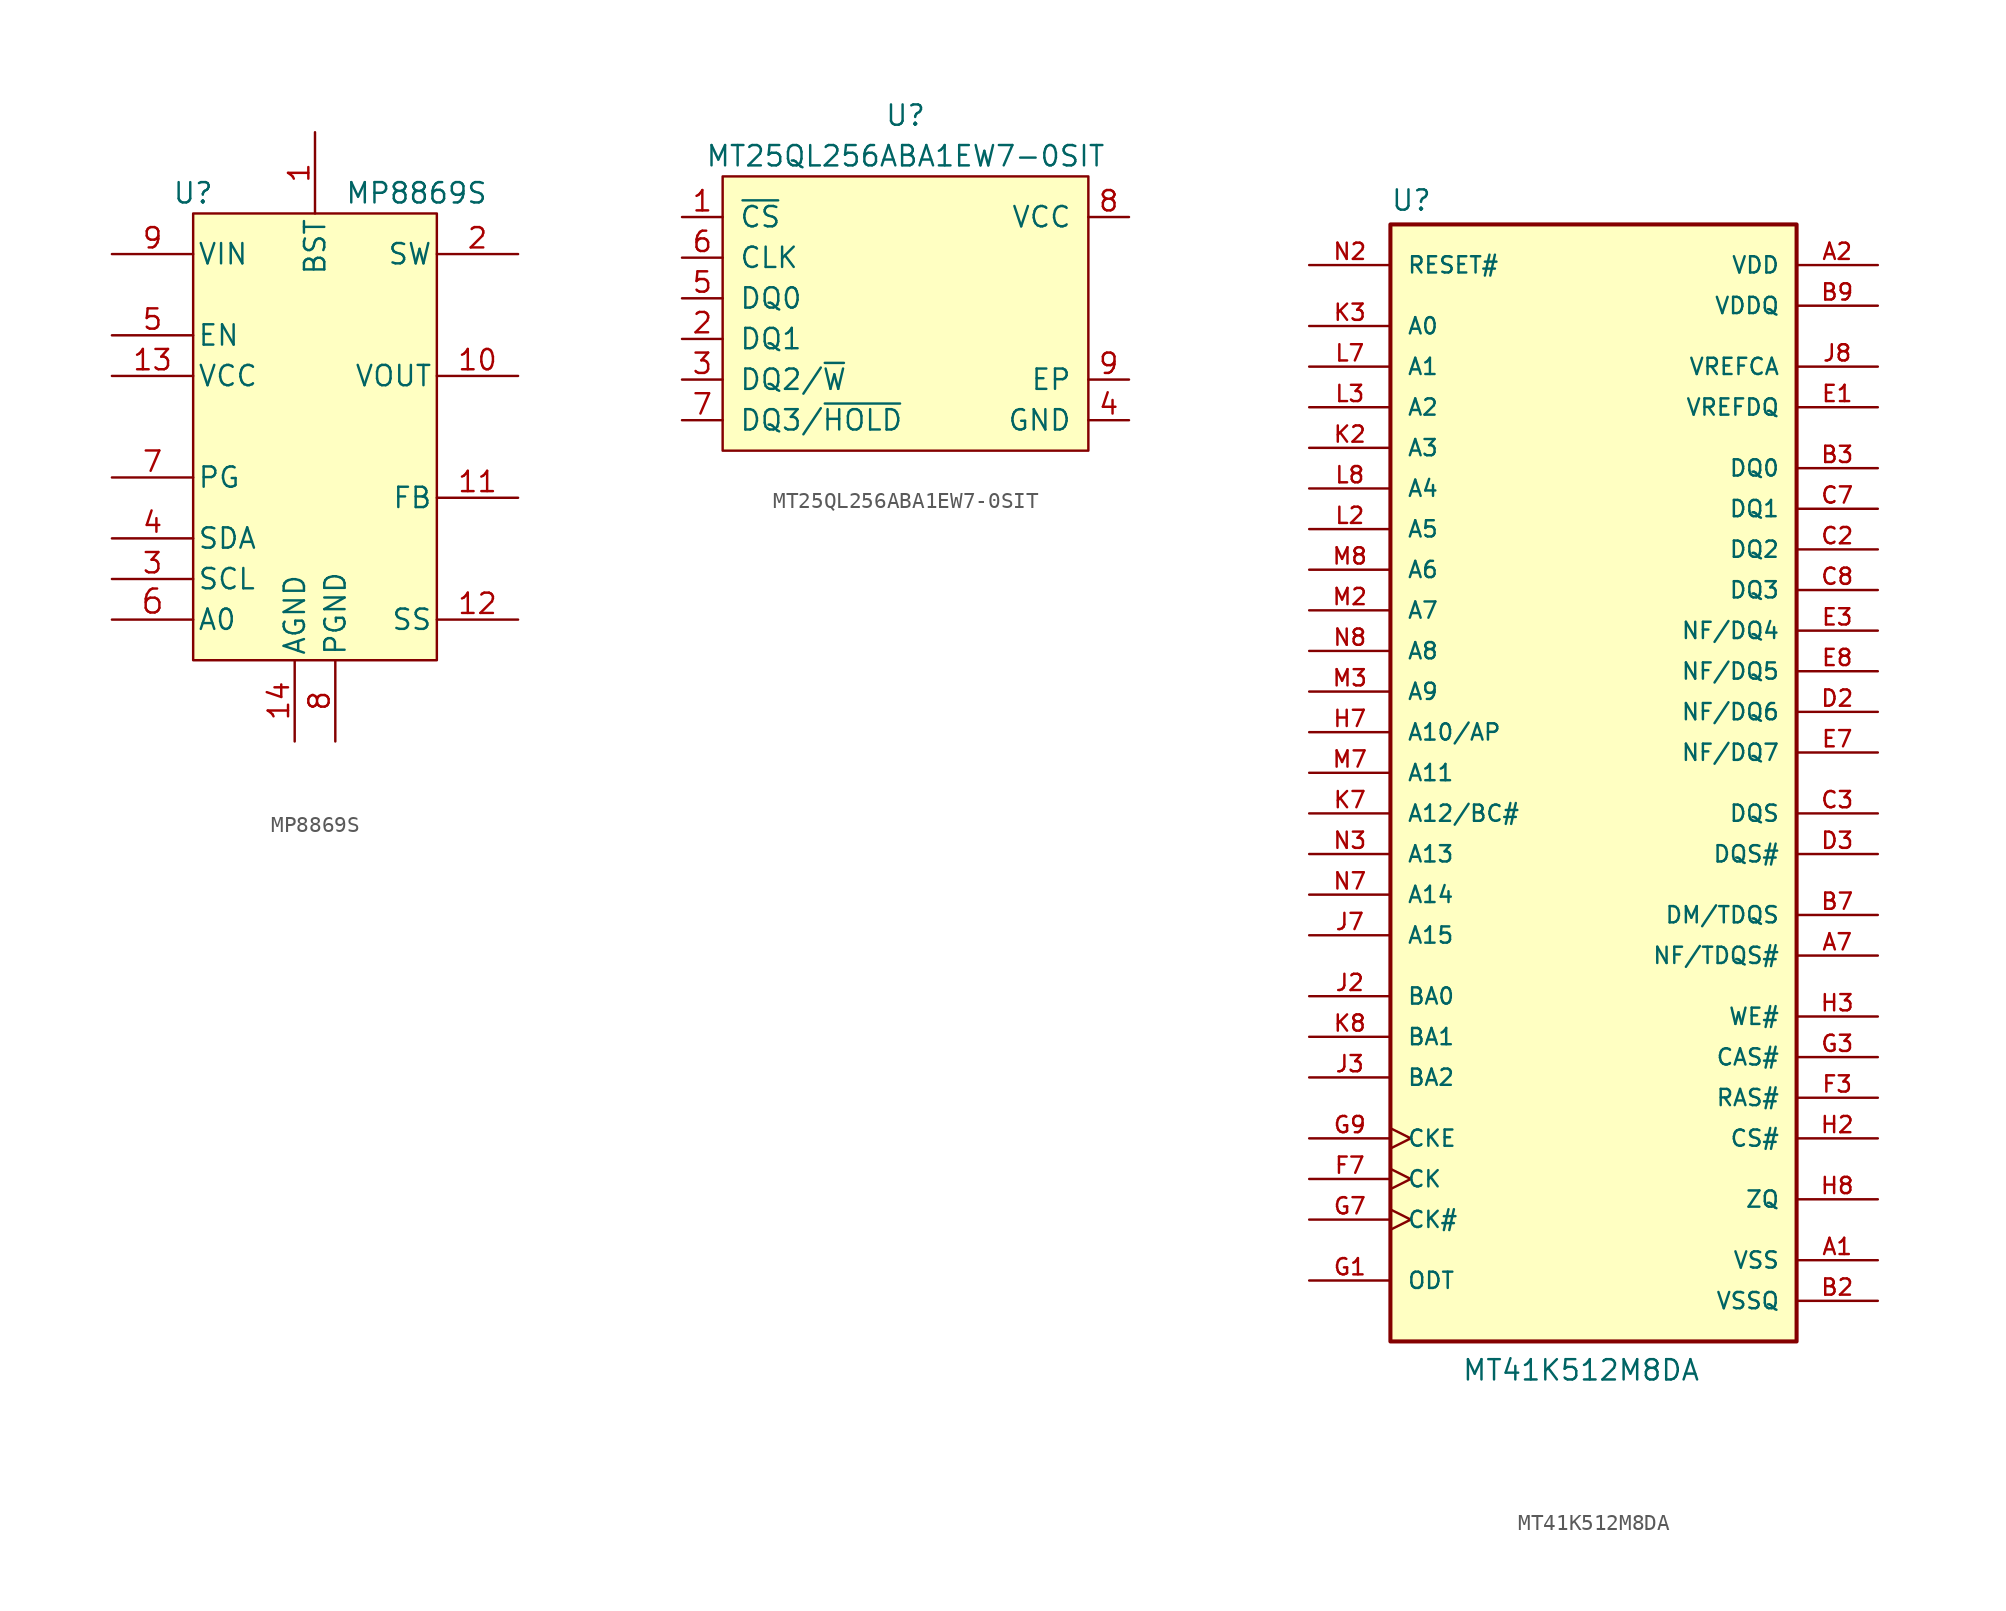
<source format=kicad_sym>
(kicad_symbol_lib
  (version 20211014)
  (generator kicad_symbol_editor)
  (symbol "MP8869S"
    (pin_names
      (offset 0.254))
    (property "Reference" "U"
      (at 7.62 7.62 0)
      (effects (font (size 1.27 1.27))))
    (property "Value" "MP8869S"
      (at 21.59 7.62 0)
      (effects (font (size 1.27 1.27))))
    (symbol "MP8869S_1_1"
      (rectangle (start 7.62 6.35) (end 22.86 -21.59) (stroke (width 0) (type default) (color 0 0 0 0)) (fill (type background)))
      (pin power_in line (at 15.24 11.43 270) (length 5.08) (name "BST" (effects (font (size 1.27 1.27)))) (number "1" (effects (font (size 1.27 1.27)))))
      (pin unspecified line (at 27.94 -3.81 180) (length 5.08) (name "VOUT" (effects (font (size 1.27 1.27)))) (number "10" (effects (font (size 1.27 1.27)))))
      (pin unspecified line (at 27.94 -11.43 180) (length 5.08) (name "FB" (effects (font (size 1.27 1.27)))) (number "11" (effects (font (size 1.27 1.27)))))
      (pin unspecified line (at 27.94 -19.05 180) (length 5.08) (name "SS" (effects (font (size 1.27 1.27)))) (number "12" (effects (font (size 1.27 1.27)))))
      (pin power_in line (at 2.54 -3.81 0) (length 5.08) (name "VCC" (effects (font (size 1.27 1.27)))) (number "13" (effects (font (size 1.27 1.27)))))
      (pin power_in line (at 13.97 -26.67 90) (length 5.08) (name "AGND" (effects (font (size 1.27 1.27)))) (number "14" (effects (font (size 1.27 1.27)))))
      (pin output line (at 27.94 3.81 180) (length 5.08) (name "SW" (effects (font (size 1.27 1.27)))) (number "2" (effects (font (size 1.27 1.27)))))
      (pin unspecified line (at 2.54 -16.51 0) (length 5.08) (name "SCL" (effects (font (size 1.27 1.27)))) (number "3" (effects (font (size 1.27 1.27)))))
      (pin unspecified line (at 2.54 -13.97 0) (length 5.08) (name "SDA" (effects (font (size 1.27 1.27)))) (number "4" (effects (font (size 1.27 1.27)))))
      (pin unspecified line (at 2.54 -1.27 0) (length 5.08) (name "EN" (effects (font (size 1.27 1.27)))) (number "5" (effects (font (size 1.27 1.27)))))
      (pin unspecified line (at 2.54 -19.05 0) (length 5.08) (name "A0" (effects (font (size 1.27 1.27)))) (number "6" (effects (font (size 1.499 1.499)))))
      (pin unspecified line (at 2.54 -10.16 0) (length 5.08) (name "PG" (effects (font (size 1.27 1.27)))) (number "7" (effects (font (size 1.27 1.27)))))
      (pin power_in line (at 16.51 -26.67 90) (length 5.08) (name "PGND" (effects (font (size 1.27 1.27)))) (number "8" (effects (font (size 1.27 1.27)))))
      (pin power_in line (at 2.54 3.81 0) (length 5.08) (name "VIN" (effects (font (size 1.27 1.27)))) (number "9" (effects (font (size 1.27 1.27)))))))
  (symbol "MT25QL256ABA1EW7-0SIT"
    (pin_names
      (offset 1.016))
    (property "Reference" "U"
      (at 0 11.43 0)
      (effects (font (size 1.27 1.27))))
    (property "Value" "MT25QL256ABA1EW7-0SIT"
      (at 0 8.89 0)
      (effects (font (size 1.27 1.27))))
    (symbol "MT25QL256ABA1EW7-0SIT_1_1"
      (rectangle (start -11.43 7.62) (end 11.43 -9.525) (stroke (width 0) (type default) (color 0 0 0 0)) (fill (type background)))
      (pin passive line (at -13.97 5.08 0) (length 2.54) (name "~{CS}" (effects (font (size 1.27 1.27)))) (number "1" (effects (font (size 1.27 1.27)))))
      (pin passive line (at -13.97 -2.54 0) (length 2.54) (name "DQ1" (effects (font (size 1.27 1.27)))) (number "2" (effects (font (size 1.27 1.27)))))
      (pin passive line (at -13.97 -5.08 0) (length 2.54) (name "DQ2/~{W}" (effects (font (size 1.27 1.27)))) (number "3" (effects (font (size 1.27 1.27)))))
      (pin passive line (at 13.97 -7.62 180) (length 2.54) (name "GND" (effects (font (size 1.27 1.27)))) (number "4" (effects (font (size 1.27 1.27)))))
      (pin passive line (at -13.97 0 0) (length 2.54) (name "DQ0" (effects (font (size 1.27 1.27)))) (number "5" (effects (font (size 1.27 1.27)))))
      (pin passive line (at -13.97 2.54 0) (length 2.54) (name "CLK" (effects (font (size 1.27 1.27)))) (number "6" (effects (font (size 1.27 1.27)))))
      (pin passive line (at -13.97 -7.62 0) (length 2.54) (name "DQ3/~{HOLD}" (effects (font (size 1.27 1.27)))) (number "7" (effects (font (size 1.27 1.27)))))
      (pin passive line (at 13.97 5.08 180) (length 2.54) (name "VCC" (effects (font (size 1.27 1.27)))) (number "8" (effects (font (size 1.27 1.27)))))
      (pin passive line (at 13.97 -5.08 180) (length 2.54) (name "EP" (effects (font (size 1.27 1.27)))) (number "9" (effects (font (size 1.27 1.27)))))))
  (symbol "MT41K512M8DA"
    (pin_names
      (offset 1.016))
    (property "Reference" "U"
      (at -12.065 37.592 0)
      (effects (font (size 1.27 1.27)) (justify left bottom)))
    (property "Value" "MT41K512M8DA"
      (at -7.62 -35.56 0)
      (effects (font (size 1.27 1.27)) (justify left bottom)))
    (symbol "MT41K512M8DA_0_0"
      (rectangle (start -12.065 36.83) (end 13.335 -33.02) (stroke (width 0.254) (type default) (color 0 0 0 0)) (fill (type background)))
      (pin passive line (at 18.415 -27.94 180) (length 5.08) (name "VSS" (effects (font (size 1.016 1.016)))) (number "A1" (effects (font (size 1.016 1.016)))))
      (pin power_in line (at 18.415 34.29 180) (length 5.08) (name "VDD" (effects (font (size 1.016 1.016)))) (number "A2" (effects (font (size 1.016 1.016)))))
      (pin no_connect line (at -5.08 -33.02 90) (length 5.08) hide (name "NC" (effects (font (size 1.016 1.016)))) (number "A3" (effects (font (size 1.016 1.016)))))
      (pin output line (at 18.415 -8.89 180) (length 5.08) (name "NF/TDQS#" (effects (font (size 1.016 1.016)))) (number "A7" (effects (font (size 1.016 1.016)))))
      (pin passive line (at 18.415 -27.94 180) (length 5.08) hide (name "VSS" (effects (font (size 1.016 1.016)))) (number "A8" (effects (font (size 1.016 1.016)))))
      (pin passive line (at 18.415 34.29 180) (length 5.08) hide (name "VDD" (effects (font (size 1.016 1.016)))) (number "A9" (effects (font (size 1.016 1.016)))))
      (pin passive line (at 18.415 -27.94 180) (length 5.08) hide (name "VSS" (effects (font (size 1.016 1.016)))) (number "B1" (effects (font (size 1.016 1.016)))))
      (pin passive line (at 18.415 -30.48 180) (length 5.08) (name "VSSQ" (effects (font (size 1.016 1.016)))) (number "B2" (effects (font (size 1.016 1.016)))))
      (pin bidirectional line (at 18.415 21.59 180) (length 5.08) (name "DQ0" (effects (font (size 1.016 1.016)))) (number "B3" (effects (font (size 1.016 1.016)))))
      (pin bidirectional line (at 18.415 -6.35 180) (length 5.08) (name "DM/TDQS" (effects (font (size 1.016 1.016)))) (number "B7" (effects (font (size 1.016 1.016)))))
      (pin passive line (at 18.415 -30.48 180) (length 5.08) hide (name "VSSQ" (effects (font (size 1.016 1.016)))) (number "B8" (effects (font (size 1.016 1.016)))))
      (pin power_in line (at 18.415 31.75 180) (length 5.08) (name "VDDQ" (effects (font (size 1.016 1.016)))) (number "B9" (effects (font (size 1.016 1.016)))))
      (pin passive line (at 18.415 31.75 180) (length 5.08) hide (name "VDDQ" (effects (font (size 1.016 1.016)))) (number "C1" (effects (font (size 1.016 1.016)))))
      (pin bidirectional line (at 18.415 16.51 180) (length 5.08) (name "DQ2" (effects (font (size 1.016 1.016)))) (number "C2" (effects (font (size 1.016 1.016)))))
      (pin bidirectional line (at 18.415 0 180) (length 5.08) (name "DQS" (effects (font (size 1.016 1.016)))) (number "C3" (effects (font (size 1.016 1.016)))))
      (pin bidirectional line (at 18.415 19.05 180) (length 5.08) (name "DQ1" (effects (font (size 1.016 1.016)))) (number "C7" (effects (font (size 1.016 1.016)))))
      (pin bidirectional line (at 18.415 13.97 180) (length 5.08) (name "DQ3" (effects (font (size 1.016 1.016)))) (number "C8" (effects (font (size 1.016 1.016)))))
      (pin passive line (at 18.415 -30.48 180) (length 5.08) hide (name "VSSQ" (effects (font (size 1.016 1.016)))) (number "C9" (effects (font (size 1.016 1.016)))))
      (pin passive line (at 18.415 -30.48 180) (length 5.08) hide (name "VSSQ" (effects (font (size 1.016 1.016)))) (number "D1" (effects (font (size 1.016 1.016)))))
      (pin bidirectional line (at 18.415 6.35 180) (length 5.08) (name "NF/DQ6" (effects (font (size 1.016 1.016)))) (number "D2" (effects (font (size 1.016 1.016)))))
      (pin bidirectional line (at 18.415 -2.54 180) (length 5.08) (name "DQS#" (effects (font (size 1.016 1.016)))) (number "D3" (effects (font (size 1.016 1.016)))))
      (pin passive line (at 18.415 34.29 180) (length 5.08) hide (name "VDD" (effects (font (size 1.016 1.016)))) (number "D7" (effects (font (size 1.016 1.016)))))
      (pin passive line (at 18.415 -27.94 180) (length 5.08) hide (name "VSS" (effects (font (size 1.016 1.016)))) (number "D8" (effects (font (size 1.016 1.016)))))
      (pin passive line (at 18.415 -30.48 180) (length 5.08) hide (name "VSSQ" (effects (font (size 1.016 1.016)))) (number "D9" (effects (font (size 1.016 1.016)))))
      (pin power_in line (at 18.415 25.4 180) (length 5.08) (name "VREFDQ" (effects (font (size 1.016 1.016)))) (number "E1" (effects (font (size 1.016 1.016)))))
      (pin passive line (at 18.415 31.75 180) (length 5.08) hide (name "VDDQ" (effects (font (size 1.016 1.016)))) (number "E2" (effects (font (size 1.016 1.016)))))
      (pin bidirectional line (at 18.415 11.43 180) (length 5.08) (name "NF/DQ4" (effects (font (size 1.016 1.016)))) (number "E3" (effects (font (size 1.016 1.016)))))
      (pin bidirectional line (at 18.415 3.81 180) (length 5.08) (name "NF/DQ7" (effects (font (size 1.016 1.016)))) (number "E7" (effects (font (size 1.016 1.016)))))
      (pin bidirectional line (at 18.415 8.89 180) (length 5.08) (name "NF/DQ5" (effects (font (size 1.016 1.016)))) (number "E8" (effects (font (size 1.016 1.016)))))
      (pin passive line (at 18.415 31.75 180) (length 5.08) hide (name "VDDQ" (effects (font (size 1.016 1.016)))) (number "E9" (effects (font (size 1.016 1.016)))))
      (pin no_connect line (at -2.773 -33.053 90) (length 5.08) hide (name "NC" (effects (font (size 1.016 1.016)))) (number "F1" (effects (font (size 1.016 1.016)))))
      (pin passive line (at 18.415 -27.94 180) (length 5.08) hide (name "VSS" (effects (font (size 1.016 1.016)))) (number "F2" (effects (font (size 1.016 1.016)))))
      (pin input line (at 18.415 -17.78 180) (length 5.08) (name "RAS#" (effects (font (size 1.016 1.016)))) (number "F3" (effects (font (size 1.016 1.016)))))
      (pin input clock (at -17.145 -22.86 0) (length 5.08) (name "CK" (effects (font (size 1.016 1.016)))) (number "F7" (effects (font (size 1.016 1.016)))))
      (pin passive line (at 18.415 -27.94 180) (length 5.08) hide (name "VSS" (effects (font (size 1.016 1.016)))) (number "F8" (effects (font (size 1.016 1.016)))))
      (pin no_connect line (at -0.233 -33.053 90) (length 5.08) hide (name "NC" (effects (font (size 1.016 1.016)))) (number "F9" (effects (font (size 1.016 1.016)))))
      (pin input line (at -17.145 -29.21 0) (length 5.08) (name "ODT" (effects (font (size 1.016 1.016)))) (number "G1" (effects (font (size 1.016 1.016)))))
      (pin passive line (at 18.415 34.29 180) (length 5.08) hide (name "VDD" (effects (font (size 1.016 1.016)))) (number "G2" (effects (font (size 1.016 1.016)))))
      (pin input line (at 18.415 -15.24 180) (length 5.08) (name "CAS#" (effects (font (size 1.016 1.016)))) (number "G3" (effects (font (size 1.016 1.016)))))
      (pin input clock (at -17.145 -25.4 0) (length 5.08) (name "CK#" (effects (font (size 1.016 1.016)))) (number "G7" (effects (font (size 1.016 1.016)))))
      (pin passive line (at 18.415 34.29 180) (length 5.08) hide (name "VDD" (effects (font (size 1.016 1.016)))) (number "G8" (effects (font (size 1.016 1.016)))))
      (pin input clock (at -17.145 -20.32 0) (length 5.08) (name "CKE" (effects (font (size 1.016 1.016)))) (number "G9" (effects (font (size 1.016 1.016)))))
      (pin no_connect line (at 2.307 -33.053 90) (length 5.08) hide (name "NC" (effects (font (size 1.016 1.016)))) (number "H1" (effects (font (size 1.016 1.016)))))
      (pin input line (at 18.415 -20.32 180) (length 5.08) (name "CS#" (effects (font (size 1.016 1.016)))) (number "H2" (effects (font (size 1.016 1.016)))))
      (pin input line (at 18.415 -12.7 180) (length 5.08) (name "WE#" (effects (font (size 1.016 1.016)))) (number "H3" (effects (font (size 1.016 1.016)))))
      (pin input line (at -17.145 5.08 0) (length 5.08) (name "A10/AP" (effects (font (size 1.016 1.016)))) (number "H7" (effects (font (size 1.016 1.016)))))
      (pin output line (at 18.415 -24.13 180) (length 5.08) (name "ZQ" (effects (font (size 1.016 1.016)))) (number "H8" (effects (font (size 1.016 1.016)))))
      (pin no_connect line (at 4.847 -33.053 90) (length 5.08) hide (name "NC" (effects (font (size 1.016 1.016)))) (number "H9" (effects (font (size 1.016 1.016)))))
      (pin passive line (at 18.415 -27.94 180) (length 5.08) hide (name "VSS" (effects (font (size 1.016 1.016)))) (number "J1" (effects (font (size 1.016 1.016)))))
      (pin input line (at -17.145 -11.43 0) (length 5.08) (name "BA0" (effects (font (size 1.016 1.016)))) (number "J2" (effects (font (size 1.016 1.016)))))
      (pin input line (at -17.145 -16.51 0) (length 5.08) (name "BA2" (effects (font (size 1.016 1.016)))) (number "J3" (effects (font (size 1.016 1.016)))))
      (pin input line (at -17.145 -7.62 0) (length 5.08) (name "A15" (effects (font (size 1.016 1.016)))) (number "J7" (effects (font (size 1.016 1.016)))))
      (pin power_in line (at 18.415 27.94 180) (length 5.08) (name "VREFCA" (effects (font (size 1.016 1.016)))) (number "J8" (effects (font (size 1.016 1.016)))))
      (pin passive line (at 18.415 -27.94 180) (length 5.08) hide (name "VSS" (effects (font (size 1.016 1.016)))) (number "J9" (effects (font (size 1.016 1.016)))))
      (pin passive line (at 18.415 34.29 180) (length 5.08) hide (name "VDD" (effects (font (size 1.016 1.016)))) (number "K1" (effects (font (size 1.016 1.016)))))
      (pin input line (at -17.145 22.86 0) (length 5.08) (name "A3" (effects (font (size 1.016 1.016)))) (number "K2" (effects (font (size 1.016 1.016)))))
      (pin input line (at -17.145 30.48 0) (length 5.08) (name "A0" (effects (font (size 1.016 1.016)))) (number "K3" (effects (font (size 1.016 1.016)))))
      (pin input line (at -17.145 0 0) (length 5.08) (name "A12/BC#" (effects (font (size 1.016 1.016)))) (number "K7" (effects (font (size 1.016 1.016)))))
      (pin input line (at -17.145 -13.97 0) (length 5.08) (name "BA1" (effects (font (size 1.016 1.016)))) (number "K8" (effects (font (size 1.016 1.016)))))
      (pin passive line (at 18.415 34.29 180) (length 5.08) hide (name "VDD" (effects (font (size 1.016 1.016)))) (number "K9" (effects (font (size 1.016 1.016)))))
      (pin passive line (at 18.415 -27.94 180) (length 5.08) hide (name "VSS" (effects (font (size 1.016 1.016)))) (number "L1" (effects (font (size 1.016 1.016)))))
      (pin input line (at -17.145 17.78 0) (length 5.08) (name "A5" (effects (font (size 1.016 1.016)))) (number "L2" (effects (font (size 1.016 1.016)))))
      (pin input line (at -17.145 25.4 0) (length 5.08) (name "A2" (effects (font (size 1.016 1.016)))) (number "L3" (effects (font (size 1.016 1.016)))))
      (pin input line (at -17.145 27.94 0) (length 5.08) (name "A1" (effects (font (size 1.016 1.016)))) (number "L7" (effects (font (size 1.016 1.016)))))
      (pin input line (at -17.145 20.32 0) (length 5.08) (name "A4" (effects (font (size 1.016 1.016)))) (number "L8" (effects (font (size 1.016 1.016)))))
      (pin passive line (at 18.415 -27.94 180) (length 5.08) hide (name "VSS" (effects (font (size 1.016 1.016)))) (number "L9" (effects (font (size 1.016 1.016)))))
      (pin passive line (at 18.415 34.29 180) (length 5.08) hide (name "VDD" (effects (font (size 1.016 1.016)))) (number "M1" (effects (font (size 1.016 1.016)))))
      (pin input line (at -17.145 12.7 0) (length 5.08) (name "A7" (effects (font (size 1.016 1.016)))) (number "M2" (effects (font (size 1.016 1.016)))))
      (pin input line (at -17.145 7.62 0) (length 5.08) (name "A9" (effects (font (size 1.016 1.016)))) (number "M3" (effects (font (size 1.016 1.016)))))
      (pin input line (at -17.145 2.54 0) (length 5.08) (name "A11" (effects (font (size 1.016 1.016)))) (number "M7" (effects (font (size 1.016 1.016)))))
      (pin input line (at -17.145 15.24 0) (length 5.08) (name "A6" (effects (font (size 1.016 1.016)))) (number "M8" (effects (font (size 1.016 1.016)))))
      (pin passive line (at 18.415 34.29 180) (length 5.08) hide (name "VDD" (effects (font (size 1.016 1.016)))) (number "M9" (effects (font (size 1.016 1.016)))))
      (pin passive line (at 18.415 -27.94 180) (length 5.08) hide (name "VSS" (effects (font (size 1.016 1.016)))) (number "N1" (effects (font (size 1.016 1.016)))))
      (pin input line (at -17.145 34.29 0) (length 5.08) (name "RESET#" (effects (font (size 1.016 1.016)))) (number "N2" (effects (font (size 1.016 1.016)))))
      (pin input line (at -17.145 -2.54 0) (length 5.08) (name "A13" (effects (font (size 1.016 1.016)))) (number "N3" (effects (font (size 1.016 1.016)))))
      (pin input line (at -17.145 -5.08 0) (length 5.08) (name "A14" (effects (font (size 1.016 1.016)))) (number "N7" (effects (font (size 1.016 1.016)))))
      (pin input line (at -17.145 10.16 0) (length 5.08) (name "A8" (effects (font (size 1.016 1.016)))) (number "N8" (effects (font (size 1.016 1.016)))))
      (pin passive line (at 18.415 -27.94 180) (length 5.08) hide (name "VSS" (effects (font (size 1.016 1.016)))) (number "N9" (effects (font (size 1.016 1.016))))))))
</source>
